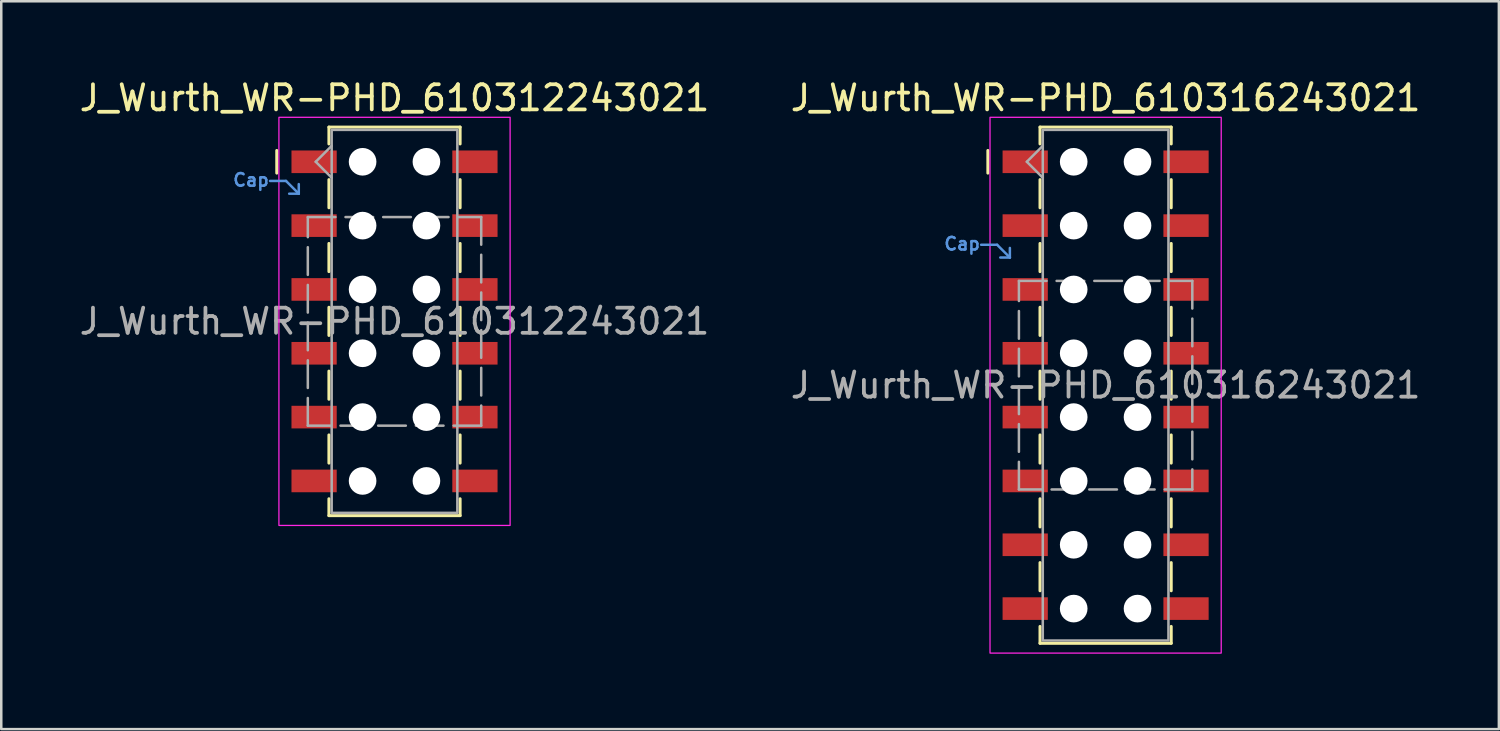
<source format=kicad_pcb>
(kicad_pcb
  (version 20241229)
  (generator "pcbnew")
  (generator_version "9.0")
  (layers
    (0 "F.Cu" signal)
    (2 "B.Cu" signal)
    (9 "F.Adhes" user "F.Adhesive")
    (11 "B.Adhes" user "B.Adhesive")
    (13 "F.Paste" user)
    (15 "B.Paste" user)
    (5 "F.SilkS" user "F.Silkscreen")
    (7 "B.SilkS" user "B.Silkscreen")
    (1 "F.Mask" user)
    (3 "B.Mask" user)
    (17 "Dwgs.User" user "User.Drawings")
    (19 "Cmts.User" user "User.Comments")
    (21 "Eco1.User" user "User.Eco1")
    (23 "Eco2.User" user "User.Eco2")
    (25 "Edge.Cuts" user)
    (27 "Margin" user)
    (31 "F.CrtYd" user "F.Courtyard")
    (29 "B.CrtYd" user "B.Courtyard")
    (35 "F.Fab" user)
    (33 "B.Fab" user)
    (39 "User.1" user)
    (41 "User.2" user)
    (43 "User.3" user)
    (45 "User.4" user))
  (footprint "J_Wurth_WR-PHD_610312243021"
    (layer "F.Cu")
    (at 12.649 9.738)
    (property "Reference" "J_Wurth_WR-PHD_610312243021" (at 0 -8.89 0) (unlocked yes) (layer "F.SilkS") (effects (font (size 1 1) (thickness 0.15))))
    (attr smd)
    (fp_line (start -4.685 -6.8) (end -4.685 -5.9) (stroke (width 0.12) (type solid)) (layer "F.SilkS"))
    (fp_line (start -2.61 -7.73) (end -2.61 -7.06) (stroke (width 0.12) (type solid)) (layer "F.SilkS"))
    (fp_line (start -2.61 -5.64) (end -2.61 -4.52) (stroke (width 0.12) (type solid)) (layer "F.SilkS"))
    (fp_line (start -2.61 -3.1) (end -2.61 -1.98) (stroke (width 0.12) (type solid)) (layer "F.SilkS"))
    (fp_line (start -2.61 -0.56) (end -2.61 0.56) (stroke (width 0.12) (type solid)) (layer "F.SilkS"))
    (fp_line (start -2.61 1.98) (end -2.61 3.1) (stroke (width 0.12) (type solid)) (layer "F.SilkS"))
    (fp_line (start -2.61 4.52) (end -2.61 5.64) (stroke (width 0.12) (type solid)) (layer "F.SilkS"))
    (fp_line (start -2.61 7.06) (end -2.61 7.73) (stroke (width 0.12) (type solid)) (layer "F.SilkS"))
    (fp_line (start 2.61 -7.73) (end -2.61 -7.73) (stroke (width 0.12) (type solid)) (layer "F.SilkS"))
    (fp_line (start 2.61 -7.73) (end 2.61 -7.06) (stroke (width 0.12) (type solid)) (layer "F.SilkS"))
    (fp_line (start 2.61 -5.64) (end 2.61 -4.52) (stroke (width 0.12) (type solid)) (layer "F.SilkS"))
    (fp_line (start 2.61 -3.1) (end 2.61 -1.98) (stroke (width 0.12) (type solid)) (layer "F.SilkS"))
    (fp_line (start 2.61 -0.56) (end 2.61 0.56) (stroke (width 0.12) (type solid)) (layer "F.SilkS"))
    (fp_line (start 2.61 1.98) (end 2.61 3.1) (stroke (width 0.12) (type solid)) (layer "F.SilkS"))
    (fp_line (start 2.61 4.52) (end 2.61 5.64) (stroke (width 0.12) (type solid)) (layer "F.SilkS"))
    (fp_line (start 2.61 7.06) (end 2.61 7.73) (stroke (width 0.12) (type solid)) (layer "F.SilkS"))
    (fp_line (start 2.61 7.73) (end -2.61 7.73) (stroke (width 0.12) (type solid)) (layer "F.SilkS"))
    (fp_line (start -4.953 -5.588) (end -4.318 -5.588) (stroke (width 0.1) (type default)) (layer "Cmts.User"))
    (fp_line (start -4.318 -5.588) (end -3.81 -5.08) (stroke (width 0.1) (type default)) (layer "Cmts.User"))
    (fp_line (start -3.81 -5.08) (end -4.191 -5.08) (stroke (width 0.1) (type default)) (layer "Cmts.User"))
    (fp_line (start -3.81 -5.08) (end -3.81 -5.461) (stroke (width 0.1) (type default)) (layer "Cmts.User"))
    (fp_rect (start -4.6 -8.12) (end 4.6 8.12) (stroke (width 0.05) (type solid)) (fill no) (layer "F.CrtYd"))
    (fp_line (start -3.135 -6.35) (end -2.5 -6.985) (stroke (width 0.1) (type default)) (layer "F.Fab"))
    (fp_line (start -2.5 -5.715) (end -3.135 -6.35) (stroke (width 0.1) (type default)) (layer "F.Fab"))
    (fp_rect (start -3.45 -4.15) (end 3.45 4.15) (stroke (width 0.1) (type dash)) (fill no) (layer "F.Fab"))
    (fp_rect (start -2.5 -7.62) (end 2.5 7.62) (stroke (width 0.1) (type solid)) (fill no) (layer "F.Fab"))
    (fp_text user "Cap" (at -6.477 -5.334 0) (unlocked yes) (layer "Cmts.User") (effects (font (size 0.5 0.5) (thickness 0.1) (bold yes)) (justify left bottom)))
    (fp_text user "${REFERENCE}" (at 0 0 0) (unlocked yes) (layer "F.Fab") (effects (font (size 1 1) (thickness 0.15))))
    (pad "" np_thru_hole circle (at -1.27 -6.35 270) (size 1.1 1.1) (drill 1.1) (layers "*.Cu" "*.Mask"))
    (pad "" np_thru_hole circle (at -1.27 -3.81 270) (size 1.1 1.1) (drill 1.1) (layers "*.Cu" "*.Mask"))
    (pad "" np_thru_hole circle (at -1.27 -1.27 270) (size 1.1 1.1) (drill 1.1) (layers "*.Cu" "*.Mask"))
    (pad "" np_thru_hole circle (at -1.27 1.27 270) (size 1.1 1.1) (drill 1.1) (layers "*.Cu" "*.Mask"))
    (pad "" np_thru_hole circle (at -1.27 3.81 270) (size 1.1 1.1) (drill 1.1) (layers "*.Cu" "*.Mask"))
    (pad "" np_thru_hole circle (at -1.27 6.35 270) (size 1.1 1.1) (drill 1.1) (layers "*.Cu" "*.Mask"))
    (pad "" np_thru_hole circle (at 1.27 -6.35 270) (size 1.1 1.1) (drill 1.1) (layers "*.Cu" "*.Mask"))
    (pad "" np_thru_hole circle (at 1.27 -3.81 270) (size 1.1 1.1) (drill 1.1) (layers "*.Cu" "*.Mask"))
    (pad "" np_thru_hole circle (at 1.27 -1.27 270) (size 1.1 1.1) (drill 1.1) (layers "*.Cu" "*.Mask"))
    (pad "" np_thru_hole circle (at 1.27 1.27 270) (size 1.1 1.1) (drill 1.1) (layers "*.Cu" "*.Mask"))
    (pad "" np_thru_hole circle (at 1.27 3.81 270) (size 1.1 1.1) (drill 1.1) (layers "*.Cu" "*.Mask"))
    (pad "" np_thru_hole circle (at 1.27 6.35 270) (size 1.1 1.1) (drill 1.1) (layers "*.Cu" "*.Mask"))
    (pad "1" smd rect (at -3.2 -6.35 270) (size 0.9 1.8) (layers "F.Cu" "F.Mask" "F.Paste"))
    (pad "2" smd rect (at 3.2 -6.35 270) (size 0.9 1.8) (layers "F.Cu" "F.Mask" "F.Paste"))
    (pad "3" smd rect (at -3.2 -3.81 270) (size 0.9 1.8) (layers "F.Cu" "F.Mask" "F.Paste"))
    (pad "4" smd rect (at 3.2 -3.81 270) (size 0.9 1.8) (layers "F.Cu" "F.Mask" "F.Paste"))
    (pad "5" smd rect (at -3.2 -1.27 270) (size 0.9 1.8) (layers "F.Cu" "F.Mask" "F.Paste"))
    (pad "6" smd rect (at 3.2 -1.27 270) (size 0.9 1.8) (layers "F.Cu" "F.Mask" "F.Paste"))
    (pad "7" smd rect (at -3.2 1.27 270) (size 0.9 1.8) (layers "F.Cu" "F.Mask" "F.Paste"))
    (pad "8" smd rect (at 3.2 1.27 270) (size 0.9 1.8) (layers "F.Cu" "F.Mask" "F.Paste"))
    (pad "9" smd rect (at -3.2 3.81 270) (size 0.9 1.8) (layers "F.Cu" "F.Mask" "F.Paste"))
    (pad "10" smd rect (at 3.2 3.81 270) (size 0.9 1.8) (layers "F.Cu" "F.Mask" "F.Paste"))
    (pad "11" smd rect (at -3.2 6.35 270) (size 0.9 1.8) (layers "F.Cu" "F.Mask" "F.Paste"))
    (pad "12" smd rect (at 3.2 6.35 270) (size 0.9 1.8) (layers "F.Cu" "F.Mask" "F.Paste")))
  (footprint "J_Wurth_WR-PHD_610316243021"
    (layer "F.Cu")
    (at 40.946 12.278)
    (property "Reference" "J_Wurth_WR-PHD_610316243021" (at 0 -11.43 0) (unlocked yes) (layer "F.SilkS") (effects (font (size 1 1) (thickness 0.15))))
    (attr smd)
    (fp_line (start -4.685 -9.34) (end -4.685 -8.44) (stroke (width 0.12) (type solid)) (layer "F.SilkS"))
    (fp_line (start -2.61 -10.27) (end -2.61 -9.6) (stroke (width 0.12) (type solid)) (layer "F.SilkS"))
    (fp_line (start -2.61 -8.18) (end -2.61 -7.06) (stroke (width 0.12) (type solid)) (layer "F.SilkS"))
    (fp_line (start -2.61 -5.64) (end -2.61 -4.52) (stroke (width 0.12) (type solid)) (layer "F.SilkS"))
    (fp_line (start -2.61 -3.1) (end -2.61 -1.98) (stroke (width 0.12) (type solid)) (layer "F.SilkS"))
    (fp_line (start -2.61 -0.56) (end -2.61 0.56) (stroke (width 0.12) (type solid)) (layer "F.SilkS"))
    (fp_line (start -2.61 1.98) (end -2.61 3.1) (stroke (width 0.12) (type solid)) (layer "F.SilkS"))
    (fp_line (start -2.61 4.52) (end -2.61 5.64) (stroke (width 0.12) (type solid)) (layer "F.SilkS"))
    (fp_line (start -2.61 7.06) (end -2.61 8.18) (stroke (width 0.12) (type solid)) (layer "F.SilkS"))
    (fp_line (start -2.61 9.6) (end -2.61 10.27) (stroke (width 0.12) (type solid)) (layer "F.SilkS"))
    (fp_line (start 2.61 -10.27) (end -2.61 -10.27) (stroke (width 0.12) (type solid)) (layer "F.SilkS"))
    (fp_line (start 2.61 -10.27) (end 2.61 -9.6) (stroke (width 0.12) (type solid)) (layer "F.SilkS"))
    (fp_line (start 2.61 -8.18) (end 2.61 -7.06) (stroke (width 0.12) (type solid)) (layer "F.SilkS"))
    (fp_line (start 2.61 -5.64) (end 2.61 -4.52) (stroke (width 0.12) (type solid)) (layer "F.SilkS"))
    (fp_line (start 2.61 -3.1) (end 2.61 -1.98) (stroke (width 0.12) (type solid)) (layer "F.SilkS"))
    (fp_line (start 2.61 -0.56) (end 2.61 0.56) (stroke (width 0.12) (type solid)) (layer "F.SilkS"))
    (fp_line (start 2.61 1.98) (end 2.61 3.1) (stroke (width 0.12) (type solid)) (layer "F.SilkS"))
    (fp_line (start 2.61 4.52) (end 2.61 5.64) (stroke (width 0.12) (type solid)) (layer "F.SilkS"))
    (fp_line (start 2.61 7.06) (end 2.61 8.18) (stroke (width 0.12) (type solid)) (layer "F.SilkS"))
    (fp_line (start 2.61 9.6) (end 2.61 10.27) (stroke (width 0.12) (type solid)) (layer "F.SilkS"))
    (fp_line (start 2.61 10.27) (end -2.61 10.27) (stroke (width 0.12) (type solid)) (layer "F.SilkS"))
    (fp_line (start -4.953 -5.588) (end -4.318 -5.588) (stroke (width 0.1) (type default)) (layer "Cmts.User"))
    (fp_line (start -4.318 -5.588) (end -3.81 -5.08) (stroke (width 0.1) (type default)) (layer "Cmts.User"))
    (fp_line (start -3.81 -5.08) (end -4.191 -5.08) (stroke (width 0.1) (type default)) (layer "Cmts.User"))
    (fp_line (start -3.81 -5.08) (end -3.81 -5.461) (stroke (width 0.1) (type default)) (layer "Cmts.User"))
    (fp_rect (start -4.6 -10.66) (end 4.6 10.66) (stroke (width 0.05) (type solid)) (fill no) (layer "F.CrtYd"))
    (fp_line (start -3.135 -8.89) (end -2.5 -9.525) (stroke (width 0.1) (type default)) (layer "F.Fab"))
    (fp_line (start -2.5 -8.255) (end -3.135 -8.89) (stroke (width 0.1) (type default)) (layer "F.Fab"))
    (fp_rect (start -3.45 -4.15) (end 3.45 4.15) (stroke (width 0.1) (type dash)) (fill no) (layer "F.Fab"))
    (fp_rect (start -2.5 -10.16) (end 2.5 10.16) (stroke (width 0.1) (type solid)) (fill no) (layer "F.Fab"))
    (fp_text user "Cap" (at -6.477 -5.334 0) (unlocked yes) (layer "Cmts.User") (effects (font (size 0.5 0.5) (thickness 0.1) (bold yes)) (justify left bottom)))
    (fp_text user "${REFERENCE}" (at 0 0 0) (unlocked yes) (layer "F.Fab") (effects (font (size 1 1) (thickness 0.15))))
    (pad "" np_thru_hole circle (at -1.27 -8.89 270) (size 1.1 1.1) (drill 1.1) (layers "*.Cu" "*.Mask"))
    (pad "" np_thru_hole circle (at -1.27 -6.35 270) (size 1.1 1.1) (drill 1.1) (layers "*.Cu" "*.Mask"))
    (pad "" np_thru_hole circle (at -1.27 -3.81 270) (size 1.1 1.1) (drill 1.1) (layers "*.Cu" "*.Mask"))
    (pad "" np_thru_hole circle (at -1.27 -1.27 270) (size 1.1 1.1) (drill 1.1) (layers "*.Cu" "*.Mask"))
    (pad "" np_thru_hole circle (at -1.27 1.27 270) (size 1.1 1.1) (drill 1.1) (layers "*.Cu" "*.Mask"))
    (pad "" np_thru_hole circle (at -1.27 3.81 270) (size 1.1 1.1) (drill 1.1) (layers "*.Cu" "*.Mask"))
    (pad "" np_thru_hole circle (at -1.27 6.35 270) (size 1.1 1.1) (drill 1.1) (layers "*.Cu" "*.Mask"))
    (pad "" np_thru_hole circle (at -1.27 8.89 270) (size 1.1 1.1) (drill 1.1) (layers "*.Cu" "*.Mask"))
    (pad "" np_thru_hole circle (at 1.27 -8.89 270) (size 1.1 1.1) (drill 1.1) (layers "*.Cu" "*.Mask"))
    (pad "" np_thru_hole circle (at 1.27 -6.35 270) (size 1.1 1.1) (drill 1.1) (layers "*.Cu" "*.Mask"))
    (pad "" np_thru_hole circle (at 1.27 -3.81 270) (size 1.1 1.1) (drill 1.1) (layers "*.Cu" "*.Mask"))
    (pad "" np_thru_hole circle (at 1.27 -1.27 270) (size 1.1 1.1) (drill 1.1) (layers "*.Cu" "*.Mask"))
    (pad "" np_thru_hole circle (at 1.27 1.27 270) (size 1.1 1.1) (drill 1.1) (layers "*.Cu" "*.Mask"))
    (pad "" np_thru_hole circle (at 1.27 3.81 270) (size 1.1 1.1) (drill 1.1) (layers "*.Cu" "*.Mask"))
    (pad "" np_thru_hole circle (at 1.27 6.35 270) (size 1.1 1.1) (drill 1.1) (layers "*.Cu" "*.Mask"))
    (pad "" np_thru_hole circle (at 1.27 8.89 270) (size 1.1 1.1) (drill 1.1) (layers "*.Cu" "*.Mask"))
    (pad "1" smd rect (at -3.2 -8.89 270) (size 0.9 1.8) (layers "F.Cu" "F.Mask" "F.Paste"))
    (pad "2" smd rect (at 3.2 -8.89 270) (size 0.9 1.8) (layers "F.Cu" "F.Mask" "F.Paste"))
    (pad "3" smd rect (at -3.2 -6.35 270) (size 0.9 1.8) (layers "F.Cu" "F.Mask" "F.Paste"))
    (pad "4" smd rect (at 3.2 -6.35 270) (size 0.9 1.8) (layers "F.Cu" "F.Mask" "F.Paste"))
    (pad "5" smd rect (at -3.2 -3.81 270) (size 0.9 1.8) (layers "F.Cu" "F.Mask" "F.Paste"))
    (pad "6" smd rect (at 3.2 -3.81 270) (size 0.9 1.8) (layers "F.Cu" "F.Mask" "F.Paste"))
    (pad "7" smd rect (at -3.2 -1.27 270) (size 0.9 1.8) (layers "F.Cu" "F.Mask" "F.Paste"))
    (pad "8" smd rect (at 3.2 -1.27 270) (size 0.9 1.8) (layers "F.Cu" "F.Mask" "F.Paste"))
    (pad "9" smd rect (at -3.2 1.27 270) (size 0.9 1.8) (layers "F.Cu" "F.Mask" "F.Paste"))
    (pad "10" smd rect (at 3.2 1.27 270) (size 0.9 1.8) (layers "F.Cu" "F.Mask" "F.Paste"))
    (pad "11" smd rect (at -3.2 3.81 270) (size 0.9 1.8) (layers "F.Cu" "F.Mask" "F.Paste"))
    (pad "12" smd rect (at 3.2 3.81 270) (size 0.9 1.8) (layers "F.Cu" "F.Mask" "F.Paste"))
    (pad "13" smd rect (at -3.2 6.35 270) (size 0.9 1.8) (layers "F.Cu" "F.Mask" "F.Paste"))
    (pad "14" smd rect (at 3.2 6.35 270) (size 0.9 1.8) (layers "F.Cu" "F.Mask" "F.Paste"))
    (pad "15" smd rect (at -3.2 8.89 270) (size 0.9 1.8) (layers "F.Cu" "F.Mask" "F.Paste"))
    (pad "16" smd rect (at 3.2 8.89 270) (size 0.9 1.8) (layers "F.Cu" "F.Mask" "F.Paste")))
  (gr_rect
    (start -3 -3)
    (end 56.595 25.963)
    (stroke (width 0.1) (type default))
    (fill no)
    (layer "Edge.Cuts")))
</source>
